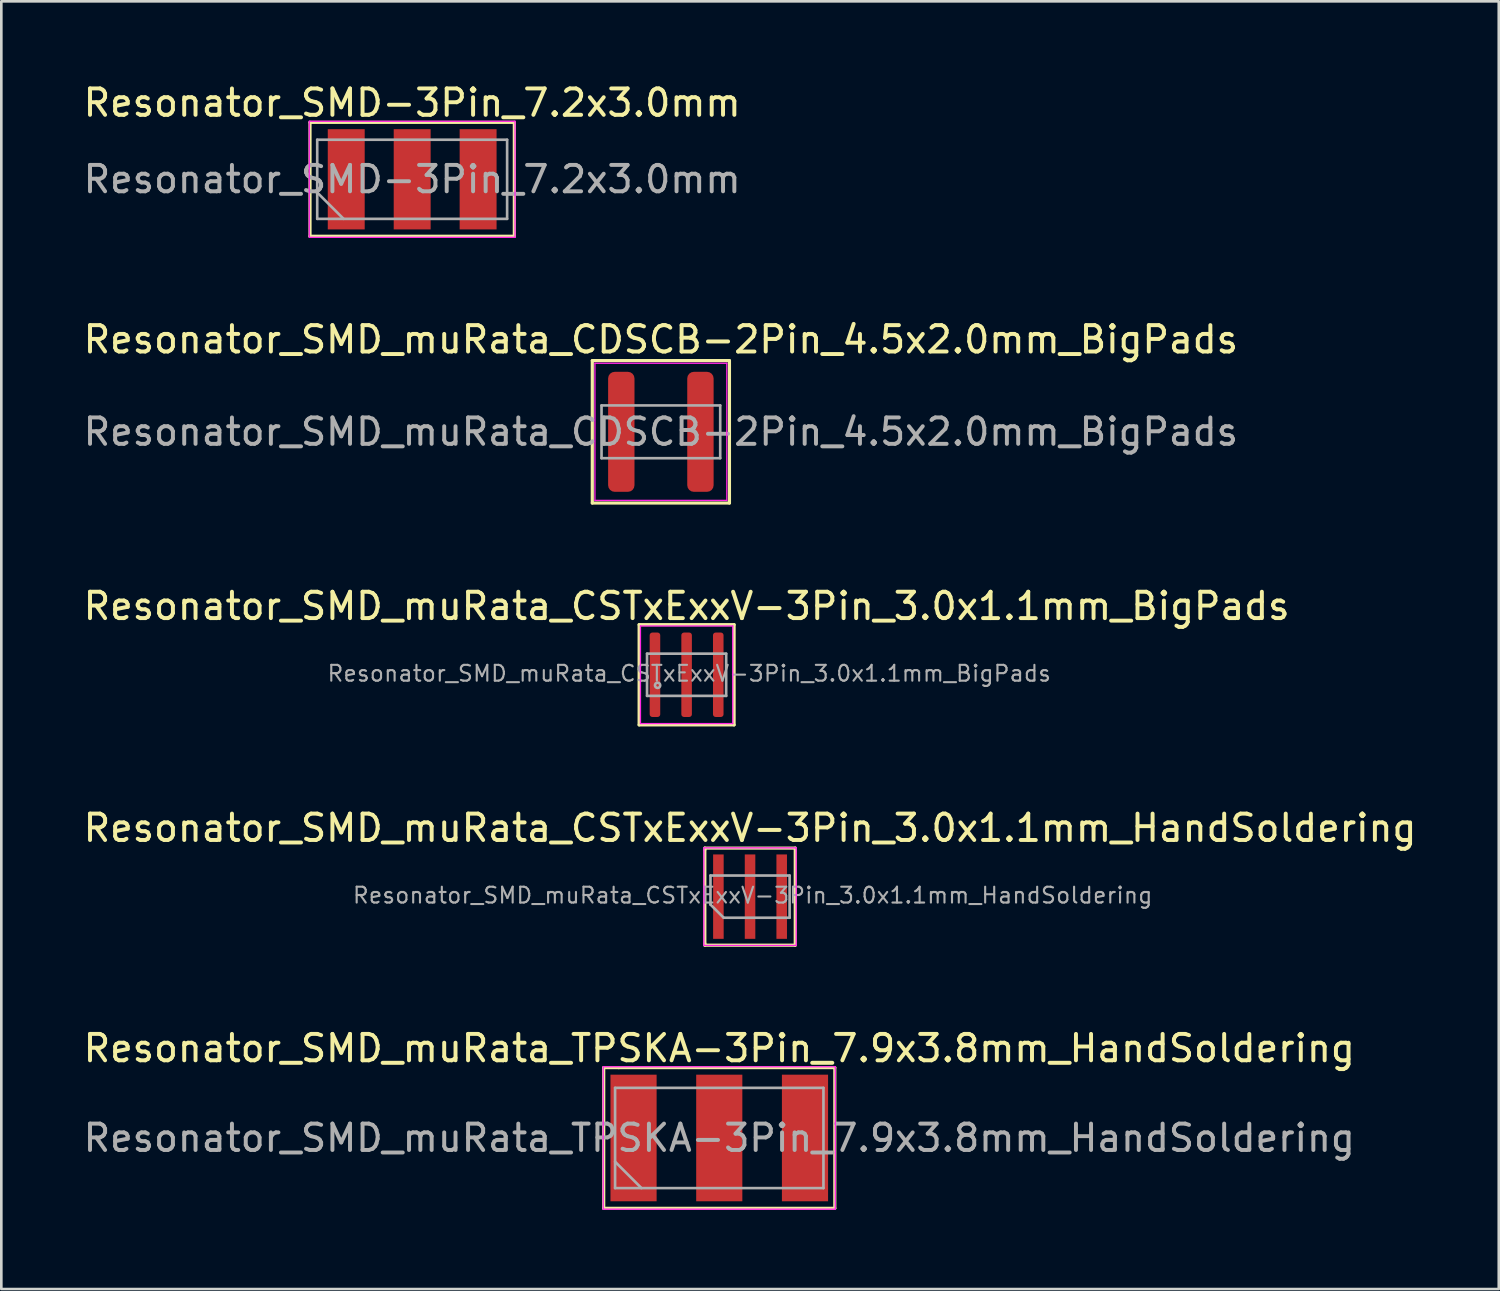
<source format=kicad_pcb>
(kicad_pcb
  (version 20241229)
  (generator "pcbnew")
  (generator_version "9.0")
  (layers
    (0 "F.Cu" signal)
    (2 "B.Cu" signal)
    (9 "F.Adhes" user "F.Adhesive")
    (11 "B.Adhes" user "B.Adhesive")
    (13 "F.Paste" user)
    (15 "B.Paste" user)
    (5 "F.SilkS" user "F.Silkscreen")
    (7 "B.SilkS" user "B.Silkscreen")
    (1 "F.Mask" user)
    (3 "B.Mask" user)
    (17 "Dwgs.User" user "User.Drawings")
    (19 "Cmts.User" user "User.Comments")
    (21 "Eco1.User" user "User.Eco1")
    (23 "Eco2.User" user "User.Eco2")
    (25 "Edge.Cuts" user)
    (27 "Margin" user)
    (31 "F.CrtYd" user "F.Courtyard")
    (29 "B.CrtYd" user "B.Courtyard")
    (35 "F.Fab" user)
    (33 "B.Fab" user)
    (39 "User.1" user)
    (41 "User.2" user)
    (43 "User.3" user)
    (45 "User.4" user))
  (footprint "Resonator_SMD_muRata_CDSCB-2Pin_4.5x2.0mm_BigPads"
    (layer "F.Cu")
    (at 22.006 13.322)
    (property "Reference" "Resonator_SMD_muRata_CDSCB-2Pin_4.5x2.0mm_BigPads" (at 0 -3.5 0) (layer "F.SilkS") (effects (font (size 1 1) (thickness 0.15))))
    (attr smd)
    (fp_line (start -2.6 -2.7) (end -2.6 2.7) (stroke (width 0.12) (type solid)) (layer "F.SilkS"))
    (fp_line (start -2.6 2.7) (end 2.6 2.7) (stroke (width 0.12) (type solid)) (layer "F.SilkS"))
    (fp_line (start 2.6 -2.7) (end -2.6 -2.7) (stroke (width 0.12) (type solid)) (layer "F.SilkS"))
    (fp_line (start 2.6 2.7) (end 2.6 -2.7) (stroke (width 0.12) (type solid)) (layer "F.SilkS"))
    (fp_line (start -2.5 -2.6) (end -2.5 2.6) (stroke (width 0.05) (type solid)) (layer "F.CrtYd"))
    (fp_line (start -2.5 2.6) (end 2.5 2.6) (stroke (width 0.05) (type solid)) (layer "F.CrtYd"))
    (fp_line (start 2.5 -2.6) (end -2.5 -2.6) (stroke (width 0.05) (type solid)) (layer "F.CrtYd"))
    (fp_line (start 2.5 2.6) (end 2.5 -2.6) (stroke (width 0.05) (type solid)) (layer "F.CrtYd"))
    (fp_line (start -2.25 -1) (end -2.25 1) (stroke (width 0.1) (type solid)) (layer "F.Fab"))
    (fp_line (start -2.25 1) (end 2.25 1) (stroke (width 0.1) (type solid)) (layer "F.Fab"))
    (fp_line (start 2.25 -1) (end -2.25 -1) (stroke (width 0.1) (type solid)) (layer "F.Fab"))
    (fp_line (start 2.25 1) (end 2.25 -1) (stroke (width 0.1) (type solid)) (layer "F.Fab"))
    (fp_text user "${REFERENCE}" (at 0 0 0) (layer "F.Fab") (effects (font (size 1 1) (thickness 0.15))))
    (pad "1" smd roundrect (at -1.5 0) (size 1 4.55) (layers "F.Cu" "F.Mask" "F.Paste") (roundrect_rratio 0.25))
    (pad "2" smd roundrect (at 1.5 0) (size 1 4.55) (layers "F.Cu" "F.Mask" "F.Paste") (roundrect_rratio 0.25)))
  (footprint "Resonator_SMD-3Pin_7.2x3.0mm"
    (layer "F.Cu")
    (at 12.577 3.748)
    (property "Reference" "Resonator_SMD-3Pin_7.2x3.0mm" (at 0 -2.9 0) (layer "F.SilkS") (effects (font (size 1 1) (thickness 0.15))))
    (attr smd)
    (fp_line (start -3.873 -2.159) (end -3.873 2.159) (stroke (width 0.12) (type solid)) (layer "F.SilkS"))
    (fp_line (start -3.873 2.159) (end 3.873 2.159) (stroke (width 0.12) (type solid)) (layer "F.SilkS"))
    (fp_line (start 3.873 -2.159) (end -3.873 -2.159) (stroke (width 0.12) (type solid)) (layer "F.SilkS"))
    (fp_line (start 3.873 2.159) (end 3.873 -2.159) (stroke (width 0.12) (type solid)) (layer "F.SilkS"))
    (fp_line (start -3.9 -2.2) (end -3.9 2.2) (stroke (width 0.05) (type solid)) (layer "F.CrtYd"))
    (fp_line (start -3.9 2.2) (end 3.9 2.2) (stroke (width 0.05) (type solid)) (layer "F.CrtYd"))
    (fp_line (start 3.9 -2.2) (end -3.9 -2.2) (stroke (width 0.05) (type solid)) (layer "F.CrtYd"))
    (fp_line (start 3.9 2.2) (end 3.9 -2.2) (stroke (width 0.05) (type solid)) (layer "F.CrtYd"))
    (fp_line (start -3.6 -1.5) (end -3.6 1.5) (stroke (width 0.1) (type solid)) (layer "F.Fab"))
    (fp_line (start -3.6 0.5) (end -2.6 1.5) (stroke (width 0.1) (type solid)) (layer "F.Fab"))
    (fp_line (start -3.6 1.5) (end 3.6 1.5) (stroke (width 0.1) (type solid)) (layer "F.Fab"))
    (fp_line (start 3.6 -1.5) (end -3.6 -1.5) (stroke (width 0.1) (type solid)) (layer "F.Fab"))
    (fp_line (start 3.6 1.5) (end 3.6 -1.5) (stroke (width 0.1) (type solid)) (layer "F.Fab"))
    (fp_text user "${REFERENCE}" (at 0 0 0) (layer "F.Fab") (effects (font (size 1 1) (thickness 0.15))))
    (pad "1" smd rect (at -2.5 0) (size 1.4 3.8) (layers "F.Cu" "F.Mask" "F.Paste"))
    (pad "2" smd rect (at 0 0) (size 1.4 3.8) (layers "F.Cu" "F.Mask" "F.Paste"))
    (pad "3" smd rect (at 2.5 0) (size 1.4 3.8) (layers "F.Cu" "F.Mask" "F.Paste")))
  (footprint "Resonator_SMD_muRata_CSTxExxV-3Pin_3.0x1.1mm_HandSoldering"
    (layer "F.Cu")
    (at 25.387 30.945)
    (property "Reference" "Resonator_SMD_muRata_CSTxExxV-3Pin_3.0x1.1mm_HandSoldering" (at 0 -2.603 0) (layer "F.SilkS") (effects (font (size 1 1) (thickness 0.15))))
    (attr smd)
    (fp_line (start -1.714 -1.841) (end -1.714 -1.778) (stroke (width 0.12) (type solid)) (layer "F.SilkS"))
    (fp_line (start -1.714 -1.778) (end -1.714 1.778) (stroke (width 0.12) (type solid)) (layer "F.SilkS"))
    (fp_line (start -1.714 1.778) (end -1.714 1.841) (stroke (width 0.12) (type solid)) (layer "F.SilkS"))
    (fp_line (start -1.714 1.841) (end 1.714 1.841) (stroke (width 0.12) (type solid)) (layer "F.SilkS"))
    (fp_line (start 1.714 -1.841) (end -1.714 -1.841) (stroke (width 0.12) (type solid)) (layer "F.SilkS"))
    (fp_line (start 1.714 1.841) (end 1.714 -1.841) (stroke (width 0.12) (type solid)) (layer "F.SilkS"))
    (fp_line (start -1.75 -1.85) (end 1.75 -1.85) (stroke (width 0.05) (type solid)) (layer "F.CrtYd"))
    (fp_line (start -1.75 1.85) (end -1.75 -1.85) (stroke (width 0.05) (type solid)) (layer "F.CrtYd"))
    (fp_line (start 1.75 -1.85) (end 1.75 1.85) (stroke (width 0.05) (type solid)) (layer "F.CrtYd"))
    (fp_line (start 1.75 1.85) (end -1.75 1.85) (stroke (width 0.05) (type solid)) (layer "F.CrtYd"))
    (fp_line (start -1.5 0.3) (end -1.5 -0.8) (stroke (width 0.1) (type solid)) (layer "F.Fab"))
    (fp_line (start -1 0.8) (end -1.5 0.3) (stroke (width 0.1) (type solid)) (layer "F.Fab"))
    (fp_line (start -1 0.8) (end 1.5 0.8) (stroke (width 0.1) (type solid)) (layer "F.Fab"))
    (fp_line (start 1.5 -0.8) (end -1.5 -0.8) (stroke (width 0.1) (type solid)) (layer "F.Fab"))
    (fp_line (start 1.5 0.8) (end 1.5 -0.8) (stroke (width 0.1) (type solid)) (layer "F.Fab"))
    (fp_text user "${REFERENCE}" (at 0.1 -0.05 0) (layer "F.Fab") (effects (font (size 0.6 0.6) (thickness 0.08))))
    (pad "1" smd rect (at -1.2 0) (size 0.4 3.2) (layers "F.Cu" "F.Mask" "F.Paste"))
    (pad "2" smd rect (at 0 0) (size 0.4 3.2) (layers "F.Cu" "F.Mask" "F.Paste"))
    (pad "3" smd rect (at 1.2 0) (size 0.4 3.2) (layers "F.Cu" "F.Mask" "F.Paste")))
  (footprint "Resonator_SMD_muRata_CSTxExxV-3Pin_3.0x1.1mm_BigPads"
    (layer "F.Cu")
    (at 22.982 22.533)
    (property "Reference" "Resonator_SMD_muRata_CSTxExxV-3Pin_3.0x1.1mm_BigPads" (at 0 -2.603 0) (layer "F.SilkS") (effects (font (size 1 1) (thickness 0.15))))
    (attr smd)
    (fp_line (start -1.8 -1.9) (end -1.8 1.9) (stroke (width 0.12) (type solid)) (layer "F.SilkS"))
    (fp_line (start -1.8 1.9) (end 1.8 1.9) (stroke (width 0.12) (type solid)) (layer "F.SilkS"))
    (fp_line (start 1.8 -1.9) (end -1.8 -1.9) (stroke (width 0.12) (type solid)) (layer "F.SilkS"))
    (fp_line (start 1.8 1.9) (end 1.8 -1.9) (stroke (width 0.12) (type solid)) (layer "F.SilkS"))
    (fp_line (start -1.75 -1.85) (end 1.75 -1.85) (stroke (width 0.05) (type solid)) (layer "F.CrtYd"))
    (fp_line (start -1.75 1.85) (end -1.75 -1.85) (stroke (width 0.05) (type solid)) (layer "F.CrtYd"))
    (fp_line (start 1.75 -1.85) (end 1.75 1.85) (stroke (width 0.05) (type solid)) (layer "F.CrtYd"))
    (fp_line (start 1.75 1.85) (end -1.75 1.85) (stroke (width 0.05) (type solid)) (layer "F.CrtYd"))
    (fp_line (start -1.5 0.8) (end -1.5 -0.8) (stroke (width 0.1) (type solid)) (layer "F.Fab"))
    (fp_line (start -1.5 0.8) (end 1.5 0.8) (stroke (width 0.1) (type solid)) (layer "F.Fab"))
    (fp_line (start 1.5 -0.8) (end -1.5 -0.8) (stroke (width 0.1) (type solid)) (layer "F.Fab"))
    (fp_line (start 1.5 0.8) (end 1.5 -0.8) (stroke (width 0.1) (type solid)) (layer "F.Fab"))
    (fp_circle (center -1.1 0.4) (end -1 0.4) (stroke (width 0.1) (type solid)) (fill no) (layer "F.Fab"))
    (fp_text user "${REFERENCE}" (at 0.1 -0.05 0) (layer "F.Fab") (effects (font (size 0.6 0.6) (thickness 0.08))))
    (pad "1" smd roundrect (at -1.2 0) (size 0.4 3.2) (layers "F.Cu" "F.Mask" "F.Paste") (roundrect_rratio 0.25))
    (pad "2" smd roundrect (at 0 0) (size 0.4 3.2) (layers "F.Cu" "F.Mask" "F.Paste") (roundrect_rratio 0.25))
    (pad "3" smd roundrect (at 1.2 0) (size 0.4 3.2) (layers "F.Cu" "F.Mask" "F.Paste") (roundrect_rratio 0.25)))
  (footprint "Resonator_SMD_muRata_TPSKA-3Pin_7.9x3.8mm_HandSoldering"
    (layer "F.Cu")
    (at 24.22 40.095)
    (property "Reference" "Resonator_SMD_muRata_TPSKA-3Pin_7.9x3.8mm_HandSoldering" (at 0 -3.4 0) (layer "F.SilkS") (effects (font (size 1 1) (thickness 0.15))))
    (attr smd)
    (fp_line (start -4.381 -2.667) (end -4.381 2.667) (stroke (width 0.12) (type solid)) (layer "F.SilkS"))
    (fp_line (start -4.381 2.667) (end 4.381 2.667) (stroke (width 0.12) (type solid)) (layer "F.SilkS"))
    (fp_line (start -3.81 -2.667) (end -4.381 -2.667) (stroke (width 0.12) (type solid)) (layer "F.SilkS"))
    (fp_line (start 4.381 -2.667) (end -3.81 -2.667) (stroke (width 0.12) (type solid)) (layer "F.SilkS"))
    (fp_line (start 4.381 2.667) (end 4.381 -2.667) (stroke (width 0.12) (type solid)) (layer "F.SilkS"))
    (fp_line (start -4.4 -2.7) (end -4.4 2.7) (stroke (width 0.05) (type solid)) (layer "F.CrtYd"))
    (fp_line (start -4.4 2.7) (end 4.4 2.7) (stroke (width 0.05) (type solid)) (layer "F.CrtYd"))
    (fp_line (start 4.4 -2.7) (end -4.4 -2.7) (stroke (width 0.05) (type solid)) (layer "F.CrtYd"))
    (fp_line (start 4.4 2.7) (end 4.4 -2.7) (stroke (width 0.05) (type solid)) (layer "F.CrtYd"))
    (fp_line (start -3.95 -1.9) (end -3.95 1.9) (stroke (width 0.1) (type solid)) (layer "F.Fab"))
    (fp_line (start -3.95 0.9) (end -2.95 1.9) (stroke (width 0.1) (type solid)) (layer "F.Fab"))
    (fp_line (start -3.95 1.9) (end 3.95 1.9) (stroke (width 0.1) (type solid)) (layer "F.Fab"))
    (fp_line (start 3.95 -1.9) (end -3.95 -1.9) (stroke (width 0.1) (type solid)) (layer "F.Fab"))
    (fp_line (start 3.95 1.9) (end 3.95 -1.9) (stroke (width 0.1) (type solid)) (layer "F.Fab"))
    (fp_text user "${REFERENCE}" (at 0 0 0) (layer "F.Fab") (effects (font (size 1 1) (thickness 0.15))))
    (pad "1" smd rect (at -3.25 0) (size 1.75 4.8) (layers "F.Cu" "F.Mask" "F.Paste"))
    (pad "2" smd rect (at 0 0) (size 1.75 4.8) (layers "F.Cu" "F.Mask" "F.Paste"))
    (pad "3" smd rect (at 3.25 0) (size 1.75 4.8) (layers "F.Cu" "F.Mask" "F.Paste")))
  (gr_rect
    (start -3 -3)
    (end 53.774 45.822)
    (stroke (width 0.1) (type default))
    (fill no)
    (layer "Edge.Cuts")))
</source>
